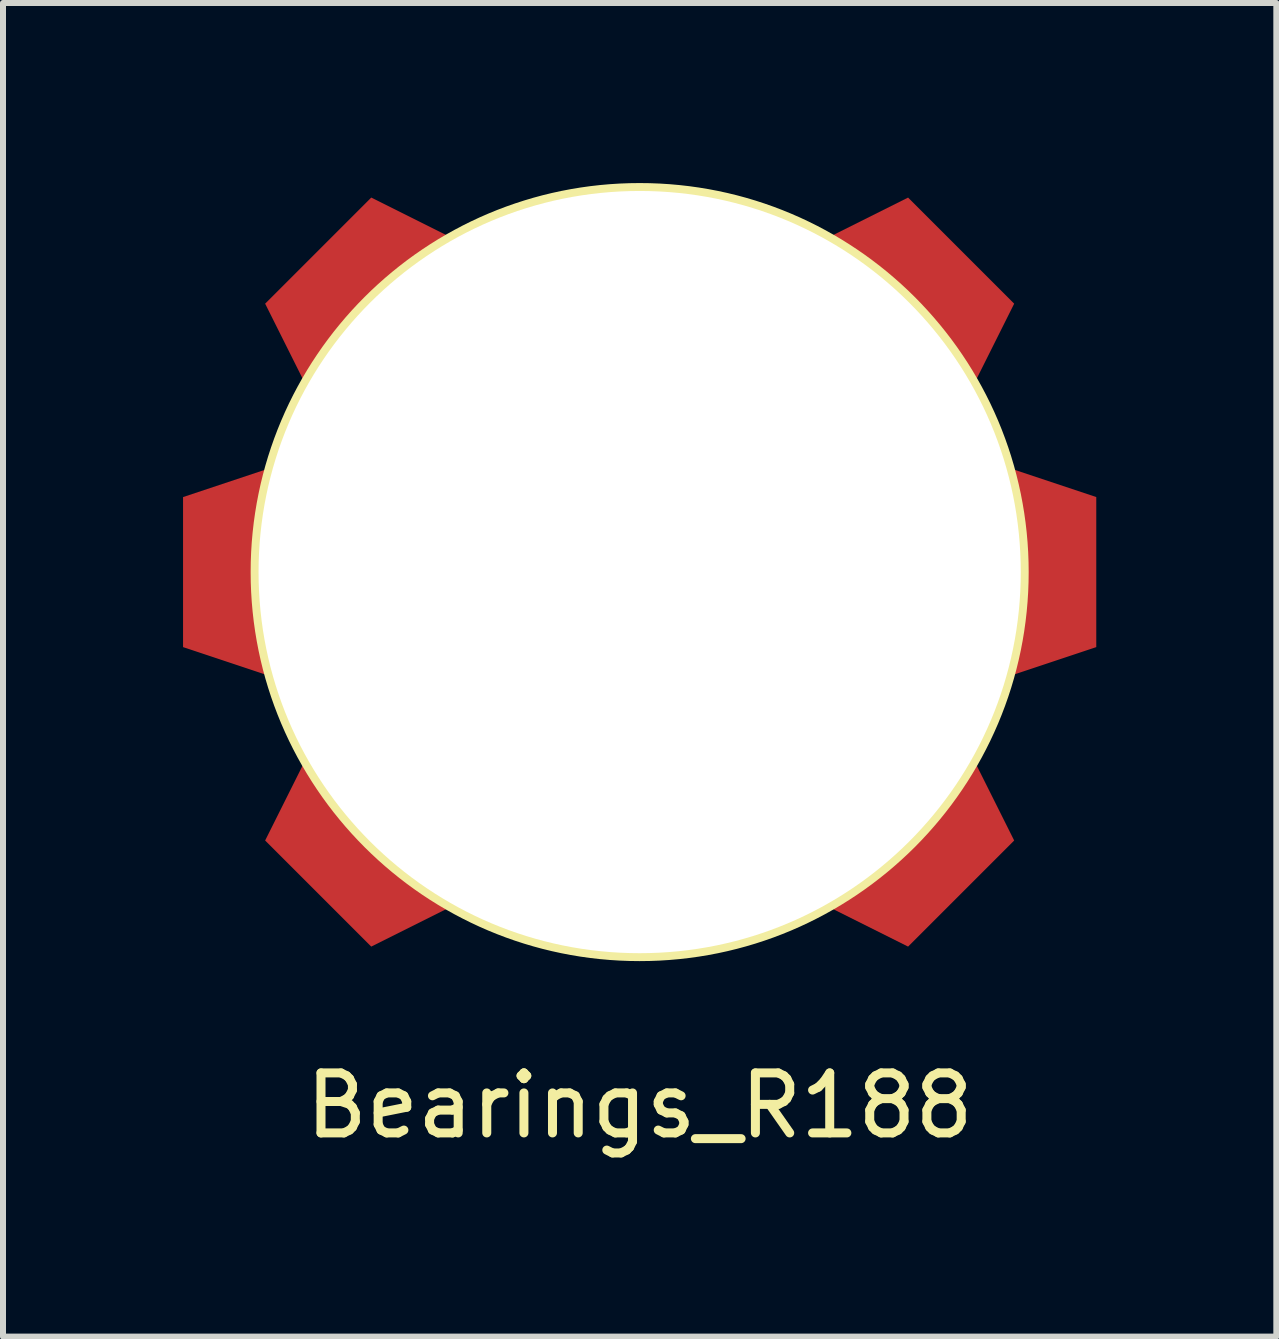
<source format=kicad_pcb>
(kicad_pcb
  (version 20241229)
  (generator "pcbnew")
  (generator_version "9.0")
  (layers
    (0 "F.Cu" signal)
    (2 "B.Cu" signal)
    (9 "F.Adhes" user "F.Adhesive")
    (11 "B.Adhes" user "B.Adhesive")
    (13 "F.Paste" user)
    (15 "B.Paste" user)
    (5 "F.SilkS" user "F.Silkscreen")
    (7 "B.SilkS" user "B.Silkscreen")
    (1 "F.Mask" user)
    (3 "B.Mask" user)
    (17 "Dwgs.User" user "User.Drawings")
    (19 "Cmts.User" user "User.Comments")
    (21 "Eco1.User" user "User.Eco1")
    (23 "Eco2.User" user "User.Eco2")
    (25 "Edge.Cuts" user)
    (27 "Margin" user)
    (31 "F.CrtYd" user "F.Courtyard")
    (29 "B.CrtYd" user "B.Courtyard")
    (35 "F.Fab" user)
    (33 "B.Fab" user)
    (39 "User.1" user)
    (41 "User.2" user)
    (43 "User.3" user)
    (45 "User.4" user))
  (footprint "Bearings_R188"
    (layer "F.Cu")
    (at 7.608 6.482)
    (property "Reference" "Bearings_R188" (at 0 8.89 0) (layer "F.SilkS") (effects (font (size 1 1) (thickness 0.15))))
    (attr through_hole)
    (fp_circle (center 0 0) (end 4.953 4.064) (stroke (width 0.15) (type solid)) (fill no) (layer "F.SilkS"))
    (pad "" smd trapezoid (at -6.858 0 180) (size 1.5 3) (rect_delta 0.5 0) (layers "F.Cu" "F.Mask" "F.Paste"))
    (pad "" smd trapezoid (at -4.826 -4.826 135) (size 1.5 3) (rect_delta 0.5 0) (layers "F.Cu" "F.Mask" "F.Paste"))
    (pad "" smd trapezoid (at -4.826 4.826 225) (size 1.5 3) (rect_delta 0.5 0) (layers "F.Cu" "F.Mask" "F.Paste"))
    (pad "" np_thru_hole circle (at 0 0) (size 12.7 12.7) (drill 12.7) (layers "*.Cu" "*.Mask"))
    (pad "" smd trapezoid (at 4.826 -4.826 45) (size 1.5 3) (rect_delta 0.5 0) (layers "F.Cu" "F.Mask" "F.Paste"))
    (pad "" smd trapezoid (at 4.826 4.826 315) (size 1.5 3) (rect_delta 0.5 0) (layers "F.Cu" "F.Mask" "F.Paste"))
    (pad "" smd trapezoid (at 6.858 0) (size 1.5 3) (rect_delta 0.5 0) (layers "F.Cu" "F.Mask" "F.Paste")))
  (gr_rect
    (start -3 -3)
    (end 18.216 19.22)
    (stroke (width 0.1) (type default))
    (fill no)
    (layer "Edge.Cuts")))
</source>
